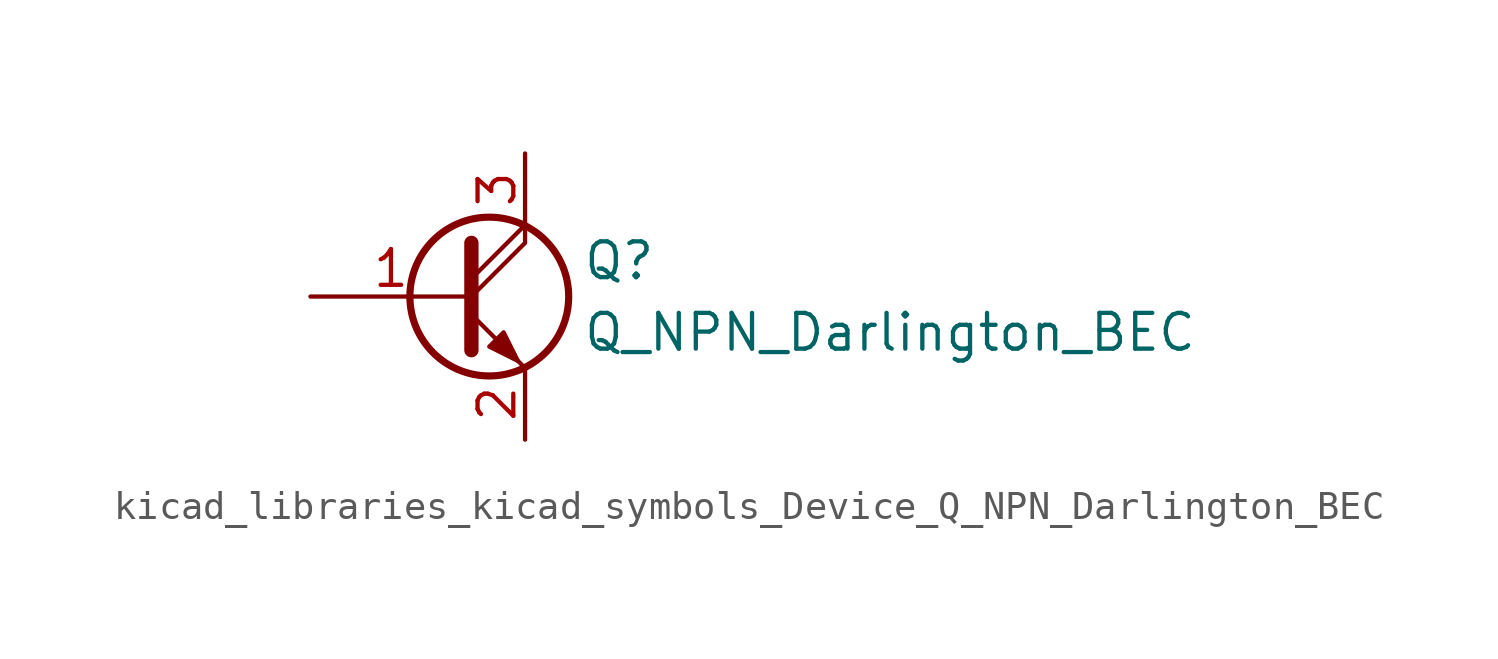
<source format=kicad_sym>
(kicad_symbol_lib
  (version 20220914)
  (generator kicad_symbol_editor)
  (symbol "kicad_libraries_kicad_symbols_Device_Q_NPN_Darlington_BEC"
    (pin_names
      (offset 0) hide)
    (property "Reference" "Q"
      (at 4.572 1.27 0)
      (effects (font (size 1.27 1.27)) (justify left)))
    (property "Value" "Q_NPN_Darlington_BEC"
      (at 4.572 -1.27 0)
      (effects (font (size 1.27 1.27)) (justify left)))
    (symbol "kicad_libraries_kicad_symbols_Device_Q_NPN_Darlington_BEC_0_1"
      (polyline (pts (xy 0.635 0.635) (xy 2.54 2.54)) (stroke (width 0) (type default)) (fill (type none)))
      (polyline (pts (xy 0.635 -0.635) (xy 2.54 -2.54) (xy 2.54 -2.54)) (stroke (width 0) (type default)) (fill (type none)))
      (polyline (pts (xy 0.635 0) (xy 2.54 1.905) (xy 2.54 2.54)) (stroke (width 0) (type default)) (fill (type none)))
      (polyline (pts (xy 0.635 1.905) (xy 0.635 -1.905) (xy 0.635 -1.905)) (stroke (width 0.508) (type default)) (fill (type none)))
      (polyline (pts (xy 1.27 -1.778) (xy 1.778 -1.27) (xy 2.286 -2.286) (xy 1.27 -1.778) (xy 1.27 -1.778)) (stroke (width 0) (type default)) (fill (type outline)))
      (circle (center 1.27 0) (radius 2.819) (stroke (width 0.254) (type default)) (fill (type none))))
    (symbol "kicad_libraries_kicad_symbols_Device_Q_NPN_Darlington_BEC_1_1"
      (pin input line (at -5.08 0 0) (length 5.715) (name "B" (effects (font (size 1.27 1.27)))) (number "1" (effects (font (size 1.27 1.27)))))
      (pin passive line (at 2.54 -5.08 90) (length 2.54) (name "E" (effects (font (size 1.27 1.27)))) (number "2" (effects (font (size 1.27 1.27)))))
      (pin passive line (at 2.54 5.08 270) (length 2.54) (name "C" (effects (font (size 1.27 1.27)))) (number "3" (effects (font (size 1.27 1.27))))))))
</source>
